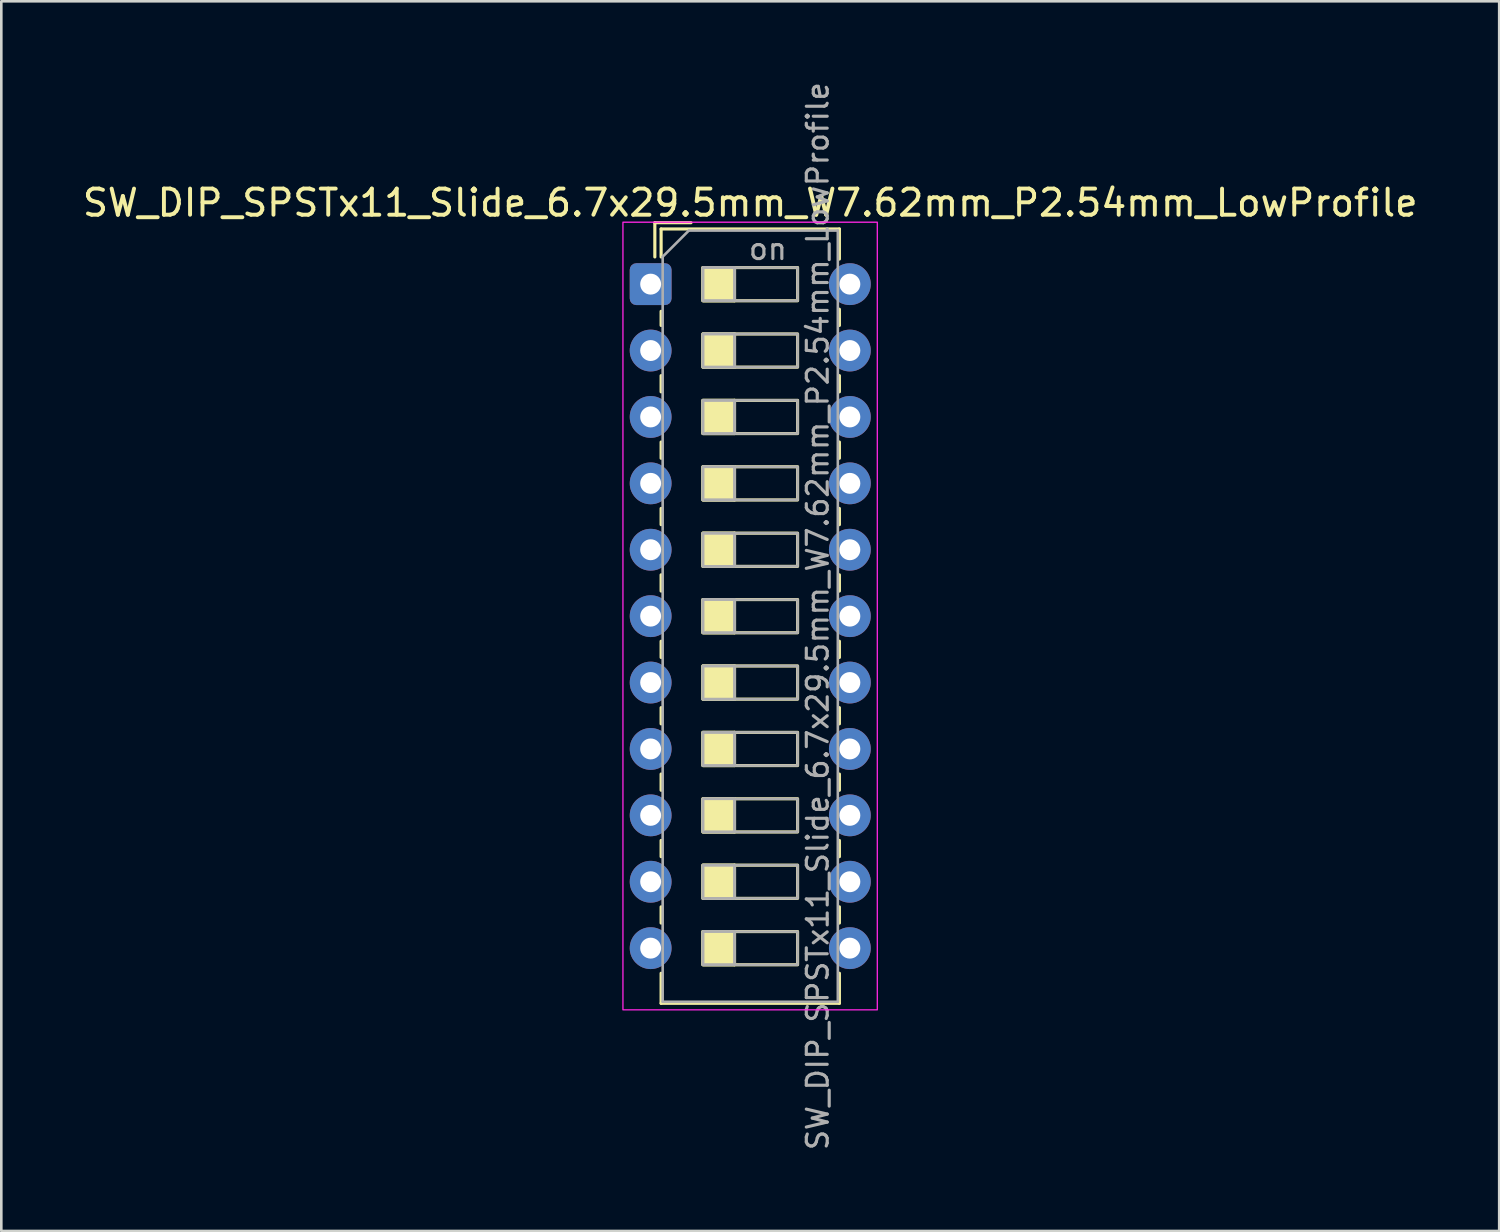
<source format=kicad_pcb>
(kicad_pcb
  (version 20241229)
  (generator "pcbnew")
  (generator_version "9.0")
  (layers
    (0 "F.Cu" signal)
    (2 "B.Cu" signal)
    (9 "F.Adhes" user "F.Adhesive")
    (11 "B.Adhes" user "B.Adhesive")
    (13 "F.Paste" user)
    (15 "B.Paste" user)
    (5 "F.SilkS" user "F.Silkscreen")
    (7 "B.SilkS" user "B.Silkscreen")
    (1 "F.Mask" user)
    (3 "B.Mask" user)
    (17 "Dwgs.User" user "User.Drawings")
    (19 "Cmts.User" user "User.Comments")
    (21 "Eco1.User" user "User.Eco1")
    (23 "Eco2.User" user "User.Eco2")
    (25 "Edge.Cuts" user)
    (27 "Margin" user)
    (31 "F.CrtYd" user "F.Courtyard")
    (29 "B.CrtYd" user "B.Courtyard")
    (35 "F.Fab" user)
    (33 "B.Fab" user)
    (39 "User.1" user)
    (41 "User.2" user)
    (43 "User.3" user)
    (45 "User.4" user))
  (footprint "SW_DIP_SPSTx11_Slide_6.7x29.5mm_W7.62mm_P2.54mm_LowProfile"
    (layer "F.Cu")
    (at 21.839 7.819)
    (property "Reference" "SW_DIP_SPSTx11_Slide_6.7x29.5mm_W7.62mm_P2.54mm_LowProfile" (at 3.81 -3.11 0) (layer "F.SilkS") (effects (font (size 1 1) (thickness 0.15))))
    (attr through_hole)
    (fp_line (start 0.16 -2.35) (end 0.16 -1.04) (stroke (width 0.12) (type solid)) (layer "F.SilkS"))
    (fp_line (start 0.16 -2.35) (end 1.543 -2.35) (stroke (width 0.12) (type solid)) (layer "F.SilkS"))
    (fp_line (start 0.4 -2.11) (end 0.4 -1.04) (stroke (width 0.12) (type solid)) (layer "F.SilkS"))
    (fp_line (start 0.4 -2.11) (end 7.22 -2.11) (stroke (width 0.12) (type solid)) (layer "F.SilkS"))
    (fp_line (start 0.4 1.04) (end 0.4 1.58) (stroke (width 0.12) (type solid)) (layer "F.SilkS"))
    (fp_line (start 0.4 3.5) (end 0.4 4.12) (stroke (width 0.12) (type solid)) (layer "F.SilkS"))
    (fp_line (start 0.4 6.04) (end 0.4 6.66) (stroke (width 0.12) (type solid)) (layer "F.SilkS"))
    (fp_line (start 0.4 8.58) (end 0.4 9.2) (stroke (width 0.12) (type solid)) (layer "F.SilkS"))
    (fp_line (start 0.4 11.12) (end 0.4 11.74) (stroke (width 0.12) (type solid)) (layer "F.SilkS"))
    (fp_line (start 0.4 13.66) (end 0.4 14.28) (stroke (width 0.12) (type solid)) (layer "F.SilkS"))
    (fp_line (start 0.4 16.2) (end 0.4 16.82) (stroke (width 0.12) (type solid)) (layer "F.SilkS"))
    (fp_line (start 0.4 18.74) (end 0.4 19.36) (stroke (width 0.12) (type solid)) (layer "F.SilkS"))
    (fp_line (start 0.4 21.28) (end 0.4 21.9) (stroke (width 0.12) (type solid)) (layer "F.SilkS"))
    (fp_line (start 0.4 23.82) (end 0.4 24.44) (stroke (width 0.12) (type solid)) (layer "F.SilkS"))
    (fp_line (start 0.4 26.36) (end 0.4 27.51) (stroke (width 0.12) (type solid)) (layer "F.SilkS"))
    (fp_line (start 0.4 27.51) (end 7.22 27.51) (stroke (width 0.12) (type solid)) (layer "F.SilkS"))
    (fp_line (start 3.207 -0.635) (end 3.207 0.635) (stroke (width 0.12) (type solid)) (layer "F.SilkS"))
    (fp_line (start 3.207 1.905) (end 3.207 3.175) (stroke (width 0.12) (type solid)) (layer "F.SilkS"))
    (fp_line (start 3.207 4.445) (end 3.207 5.715) (stroke (width 0.12) (type solid)) (layer "F.SilkS"))
    (fp_line (start 3.207 6.985) (end 3.207 8.255) (stroke (width 0.12) (type solid)) (layer "F.SilkS"))
    (fp_line (start 3.207 9.525) (end 3.207 10.795) (stroke (width 0.12) (type solid)) (layer "F.SilkS"))
    (fp_line (start 3.207 12.065) (end 3.207 13.335) (stroke (width 0.12) (type solid)) (layer "F.SilkS"))
    (fp_line (start 3.207 14.605) (end 3.207 15.875) (stroke (width 0.12) (type solid)) (layer "F.SilkS"))
    (fp_line (start 3.207 17.145) (end 3.207 18.415) (stroke (width 0.12) (type solid)) (layer "F.SilkS"))
    (fp_line (start 3.207 19.685) (end 3.207 20.955) (stroke (width 0.12) (type solid)) (layer "F.SilkS"))
    (fp_line (start 3.207 22.225) (end 3.207 23.495) (stroke (width 0.12) (type solid)) (layer "F.SilkS"))
    (fp_line (start 3.207 24.765) (end 3.207 26.035) (stroke (width 0.12) (type solid)) (layer "F.SilkS"))
    (fp_line (start 7.22 -2.11) (end 7.22 -0.96) (stroke (width 0.12) (type solid)) (layer "F.SilkS"))
    (fp_line (start 7.22 0.96) (end 7.22 1.58) (stroke (width 0.12) (type solid)) (layer "F.SilkS"))
    (fp_line (start 7.22 3.5) (end 7.22 4.12) (stroke (width 0.12) (type solid)) (layer "F.SilkS"))
    (fp_line (start 7.22 6.04) (end 7.22 6.66) (stroke (width 0.12) (type solid)) (layer "F.SilkS"))
    (fp_line (start 7.22 8.58) (end 7.22 9.2) (stroke (width 0.12) (type solid)) (layer "F.SilkS"))
    (fp_line (start 7.22 11.12) (end 7.22 11.74) (stroke (width 0.12) (type solid)) (layer "F.SilkS"))
    (fp_line (start 7.22 13.66) (end 7.22 14.28) (stroke (width 0.12) (type solid)) (layer "F.SilkS"))
    (fp_line (start 7.22 16.2) (end 7.22 16.82) (stroke (width 0.12) (type solid)) (layer "F.SilkS"))
    (fp_line (start 7.22 18.74) (end 7.22 19.36) (stroke (width 0.12) (type solid)) (layer "F.SilkS"))
    (fp_line (start 7.22 21.28) (end 7.22 21.9) (stroke (width 0.12) (type solid)) (layer "F.SilkS"))
    (fp_line (start 7.22 23.82) (end 7.22 24.44) (stroke (width 0.12) (type solid)) (layer "F.SilkS"))
    (fp_line (start 7.22 26.36) (end 7.22 27.51) (stroke (width 0.12) (type solid)) (layer "F.SilkS"))
    (fp_rect (start 2 -0.635) (end 3.207 0.635) (stroke (width 0.12) (type solid)) (fill yes) (layer "F.SilkS"))
    (fp_rect (start 2 -0.635) (end 5.62 0.635) (stroke (width 0.12) (type solid)) (fill no) (layer "F.SilkS"))
    (fp_rect (start 2 1.905) (end 3.207 3.175) (stroke (width 0.12) (type solid)) (fill yes) (layer "F.SilkS"))
    (fp_rect (start 2 1.905) (end 5.62 3.175) (stroke (width 0.12) (type solid)) (fill no) (layer "F.SilkS"))
    (fp_rect (start 2 4.445) (end 3.207 5.715) (stroke (width 0.12) (type solid)) (fill yes) (layer "F.SilkS"))
    (fp_rect (start 2 4.445) (end 5.62 5.715) (stroke (width 0.12) (type solid)) (fill no) (layer "F.SilkS"))
    (fp_rect (start 2 6.985) (end 3.207 8.255) (stroke (width 0.12) (type solid)) (fill yes) (layer "F.SilkS"))
    (fp_rect (start 2 6.985) (end 5.62 8.255) (stroke (width 0.12) (type solid)) (fill no) (layer "F.SilkS"))
    (fp_rect (start 2 9.525) (end 3.207 10.795) (stroke (width 0.12) (type solid)) (fill yes) (layer "F.SilkS"))
    (fp_rect (start 2 9.525) (end 5.62 10.795) (stroke (width 0.12) (type solid)) (fill no) (layer "F.SilkS"))
    (fp_rect (start 2 12.065) (end 3.207 13.335) (stroke (width 0.12) (type solid)) (fill yes) (layer "F.SilkS"))
    (fp_rect (start 2 12.065) (end 5.62 13.335) (stroke (width 0.12) (type solid)) (fill no) (layer "F.SilkS"))
    (fp_rect (start 2 14.605) (end 3.207 15.875) (stroke (width 0.12) (type solid)) (fill yes) (layer "F.SilkS"))
    (fp_rect (start 2 14.605) (end 5.62 15.875) (stroke (width 0.12) (type solid)) (fill no) (layer "F.SilkS"))
    (fp_rect (start 2 17.145) (end 3.207 18.415) (stroke (width 0.12) (type solid)) (fill yes) (layer "F.SilkS"))
    (fp_rect (start 2 17.145) (end 5.62 18.415) (stroke (width 0.12) (type solid)) (fill no) (layer "F.SilkS"))
    (fp_rect (start 2 19.685) (end 3.207 20.955) (stroke (width 0.12) (type solid)) (fill yes) (layer "F.SilkS"))
    (fp_rect (start 2 19.685) (end 5.62 20.955) (stroke (width 0.12) (type solid)) (fill no) (layer "F.SilkS"))
    (fp_rect (start 2 22.225) (end 3.207 23.495) (stroke (width 0.12) (type solid)) (fill yes) (layer "F.SilkS"))
    (fp_rect (start 2 22.225) (end 5.62 23.495) (stroke (width 0.12) (type solid)) (fill no) (layer "F.SilkS"))
    (fp_rect (start 2 24.765) (end 3.207 26.035) (stroke (width 0.12) (type solid)) (fill yes) (layer "F.SilkS"))
    (fp_rect (start 2 24.765) (end 5.62 26.035) (stroke (width 0.12) (type solid)) (fill no) (layer "F.SilkS"))
    (fp_rect (start -1.06 -2.37) (end 8.67 27.76) (stroke (width 0.05) (type solid)) (fill no) (layer "F.CrtYd"))
    (fp_line (start 0.46 -1.05) (end 1.46 -2.05) (stroke (width 0.1) (type solid)) (layer "F.Fab"))
    (fp_line (start 0.46 27.45) (end 0.46 -1.05) (stroke (width 0.1) (type solid)) (layer "F.Fab"))
    (fp_line (start 1.46 -2.05) (end 7.16 -2.05) (stroke (width 0.1) (type solid)) (layer "F.Fab"))
    (fp_line (start 3.207 -0.635) (end 3.207 0.635) (stroke (width 0.1) (type solid)) (layer "F.Fab"))
    (fp_line (start 3.207 1.905) (end 3.207 3.175) (stroke (width 0.1) (type solid)) (layer "F.Fab"))
    (fp_line (start 3.207 4.445) (end 3.207 5.715) (stroke (width 0.1) (type solid)) (layer "F.Fab"))
    (fp_line (start 3.207 6.985) (end 3.207 8.255) (stroke (width 0.1) (type solid)) (layer "F.Fab"))
    (fp_line (start 3.207 9.525) (end 3.207 10.795) (stroke (width 0.1) (type solid)) (layer "F.Fab"))
    (fp_line (start 3.207 12.065) (end 3.207 13.335) (stroke (width 0.1) (type solid)) (layer "F.Fab"))
    (fp_line (start 3.207 14.605) (end 3.207 15.875) (stroke (width 0.1) (type solid)) (layer "F.Fab"))
    (fp_line (start 3.207 17.145) (end 3.207 18.415) (stroke (width 0.1) (type solid)) (layer "F.Fab"))
    (fp_line (start 3.207 19.685) (end 3.207 20.955) (stroke (width 0.1) (type solid)) (layer "F.Fab"))
    (fp_line (start 3.207 22.225) (end 3.207 23.495) (stroke (width 0.1) (type solid)) (layer "F.Fab"))
    (fp_line (start 3.207 24.765) (end 3.207 26.035) (stroke (width 0.1) (type solid)) (layer "F.Fab"))
    (fp_line (start 7.16 -2.05) (end 7.16 27.45) (stroke (width 0.1) (type solid)) (layer "F.Fab"))
    (fp_line (start 7.16 27.45) (end 0.46 27.45) (stroke (width 0.1) (type solid)) (layer "F.Fab"))
    (fp_rect (start 2 -0.635) (end 3.207 0.635) (stroke (width 0.1) (type solid)) (fill no) (layer "F.Fab"))
    (fp_rect (start 2 -0.635) (end 5.62 0.635) (stroke (width 0.1) (type solid)) (fill no) (layer "F.Fab"))
    (fp_rect (start 2 1.905) (end 3.207 3.175) (stroke (width 0.1) (type solid)) (fill no) (layer "F.Fab"))
    (fp_rect (start 2 1.905) (end 5.62 3.175) (stroke (width 0.1) (type solid)) (fill no) (layer "F.Fab"))
    (fp_rect (start 2 4.445) (end 3.207 5.715) (stroke (width 0.1) (type solid)) (fill no) (layer "F.Fab"))
    (fp_rect (start 2 4.445) (end 5.62 5.715) (stroke (width 0.1) (type solid)) (fill no) (layer "F.Fab"))
    (fp_rect (start 2 6.985) (end 3.207 8.255) (stroke (width 0.1) (type solid)) (fill no) (layer "F.Fab"))
    (fp_rect (start 2 6.985) (end 5.62 8.255) (stroke (width 0.1) (type solid)) (fill no) (layer "F.Fab"))
    (fp_rect (start 2 9.525) (end 3.207 10.795) (stroke (width 0.1) (type solid)) (fill no) (layer "F.Fab"))
    (fp_rect (start 2 9.525) (end 5.62 10.795) (stroke (width 0.1) (type solid)) (fill no) (layer "F.Fab"))
    (fp_rect (start 2 12.065) (end 3.207 13.335) (stroke (width 0.1) (type solid)) (fill no) (layer "F.Fab"))
    (fp_rect (start 2 12.065) (end 5.62 13.335) (stroke (width 0.1) (type solid)) (fill no) (layer "F.Fab"))
    (fp_rect (start 2 14.605) (end 3.207 15.875) (stroke (width 0.1) (type solid)) (fill no) (layer "F.Fab"))
    (fp_rect (start 2 14.605) (end 5.62 15.875) (stroke (width 0.1) (type solid)) (fill no) (layer "F.Fab"))
    (fp_rect (start 2 17.145) (end 3.207 18.415) (stroke (width 0.1) (type solid)) (fill no) (layer "F.Fab"))
    (fp_rect (start 2 17.145) (end 5.62 18.415) (stroke (width 0.1) (type solid)) (fill no) (layer "F.Fab"))
    (fp_rect (start 2 19.685) (end 3.207 20.955) (stroke (width 0.1) (type solid)) (fill no) (layer "F.Fab"))
    (fp_rect (start 2 19.685) (end 5.62 20.955) (stroke (width 0.1) (type solid)) (fill no) (layer "F.Fab"))
    (fp_rect (start 2 22.225) (end 3.207 23.495) (stroke (width 0.1) (type solid)) (fill no) (layer "F.Fab"))
    (fp_rect (start 2 22.225) (end 5.62 23.495) (stroke (width 0.1) (type solid)) (fill no) (layer "F.Fab"))
    (fp_rect (start 2 24.765) (end 3.207 26.035) (stroke (width 0.1) (type solid)) (fill no) (layer "F.Fab"))
    (fp_rect (start 2 24.765) (end 5.62 26.035) (stroke (width 0.1) (type solid)) (fill no) (layer "F.Fab"))
    (fp_text user "on" (at 4.485 -1.343 0) (layer "F.Fab") (effects (font (size 0.8 0.8) (thickness 0.12))))
    (fp_text user "${REFERENCE}" (at 6.39 12.7 90) (layer "F.Fab") (effects (font (size 0.8 0.8) (thickness 0.12))))
    (pad "1" thru_hole roundrect (at 0 0) (size 1.6 1.6) (drill 0.8) (layers "*.Cu" "*.Mask") (roundrect_rratio 0.156))
    (pad "2" thru_hole circle (at 0 2.54) (size 1.6 1.6) (drill 0.8) (layers "*.Cu" "*.Mask"))
    (pad "3" thru_hole circle (at 0 5.08) (size 1.6 1.6) (drill 0.8) (layers "*.Cu" "*.Mask"))
    (pad "4" thru_hole circle (at 0 7.62) (size 1.6 1.6) (drill 0.8) (layers "*.Cu" "*.Mask"))
    (pad "5" thru_hole circle (at 0 10.16) (size 1.6 1.6) (drill 0.8) (layers "*.Cu" "*.Mask"))
    (pad "6" thru_hole circle (at 0 12.7) (size 1.6 1.6) (drill 0.8) (layers "*.Cu" "*.Mask"))
    (pad "7" thru_hole circle (at 0 15.24) (size 1.6 1.6) (drill 0.8) (layers "*.Cu" "*.Mask"))
    (pad "8" thru_hole circle (at 0 17.78) (size 1.6 1.6) (drill 0.8) (layers "*.Cu" "*.Mask"))
    (pad "9" thru_hole circle (at 0 20.32) (size 1.6 1.6) (drill 0.8) (layers "*.Cu" "*.Mask"))
    (pad "10" thru_hole circle (at 0 22.86) (size 1.6 1.6) (drill 0.8) (layers "*.Cu" "*.Mask"))
    (pad "11" thru_hole circle (at 0 25.4) (size 1.6 1.6) (drill 0.8) (layers "*.Cu" "*.Mask"))
    (pad "12" thru_hole circle (at 7.62 25.4) (size 1.6 1.6) (drill 0.8) (layers "*.Cu" "*.Mask"))
    (pad "13" thru_hole circle (at 7.62 22.86) (size 1.6 1.6) (drill 0.8) (layers "*.Cu" "*.Mask"))
    (pad "14" thru_hole circle (at 7.62 20.32) (size 1.6 1.6) (drill 0.8) (layers "*.Cu" "*.Mask"))
    (pad "15" thru_hole circle (at 7.62 17.78) (size 1.6 1.6) (drill 0.8) (layers "*.Cu" "*.Mask"))
    (pad "16" thru_hole circle (at 7.62 15.24) (size 1.6 1.6) (drill 0.8) (layers "*.Cu" "*.Mask"))
    (pad "17" thru_hole circle (at 7.62 12.7) (size 1.6 1.6) (drill 0.8) (layers "*.Cu" "*.Mask"))
    (pad "18" thru_hole circle (at 7.62 10.16) (size 1.6 1.6) (drill 0.8) (layers "*.Cu" "*.Mask"))
    (pad "19" thru_hole circle (at 7.62 7.62) (size 1.6 1.6) (drill 0.8) (layers "*.Cu" "*.Mask"))
    (pad "20" thru_hole circle (at 7.62 5.08) (size 1.6 1.6) (drill 0.8) (layers "*.Cu" "*.Mask"))
    (pad "21" thru_hole circle (at 7.62 2.54) (size 1.6 1.6) (drill 0.8) (layers "*.Cu" "*.Mask"))
    (pad "22" thru_hole circle (at 7.62 0) (size 1.6 1.6) (drill 0.8) (layers "*.Cu" "*.Mask")))
  (gr_rect
    (start -3 -3)
    (end 54.298 44.038)
    (stroke (width 0.1) (type default))
    (fill no)
    (layer "Edge.Cuts")))
</source>
